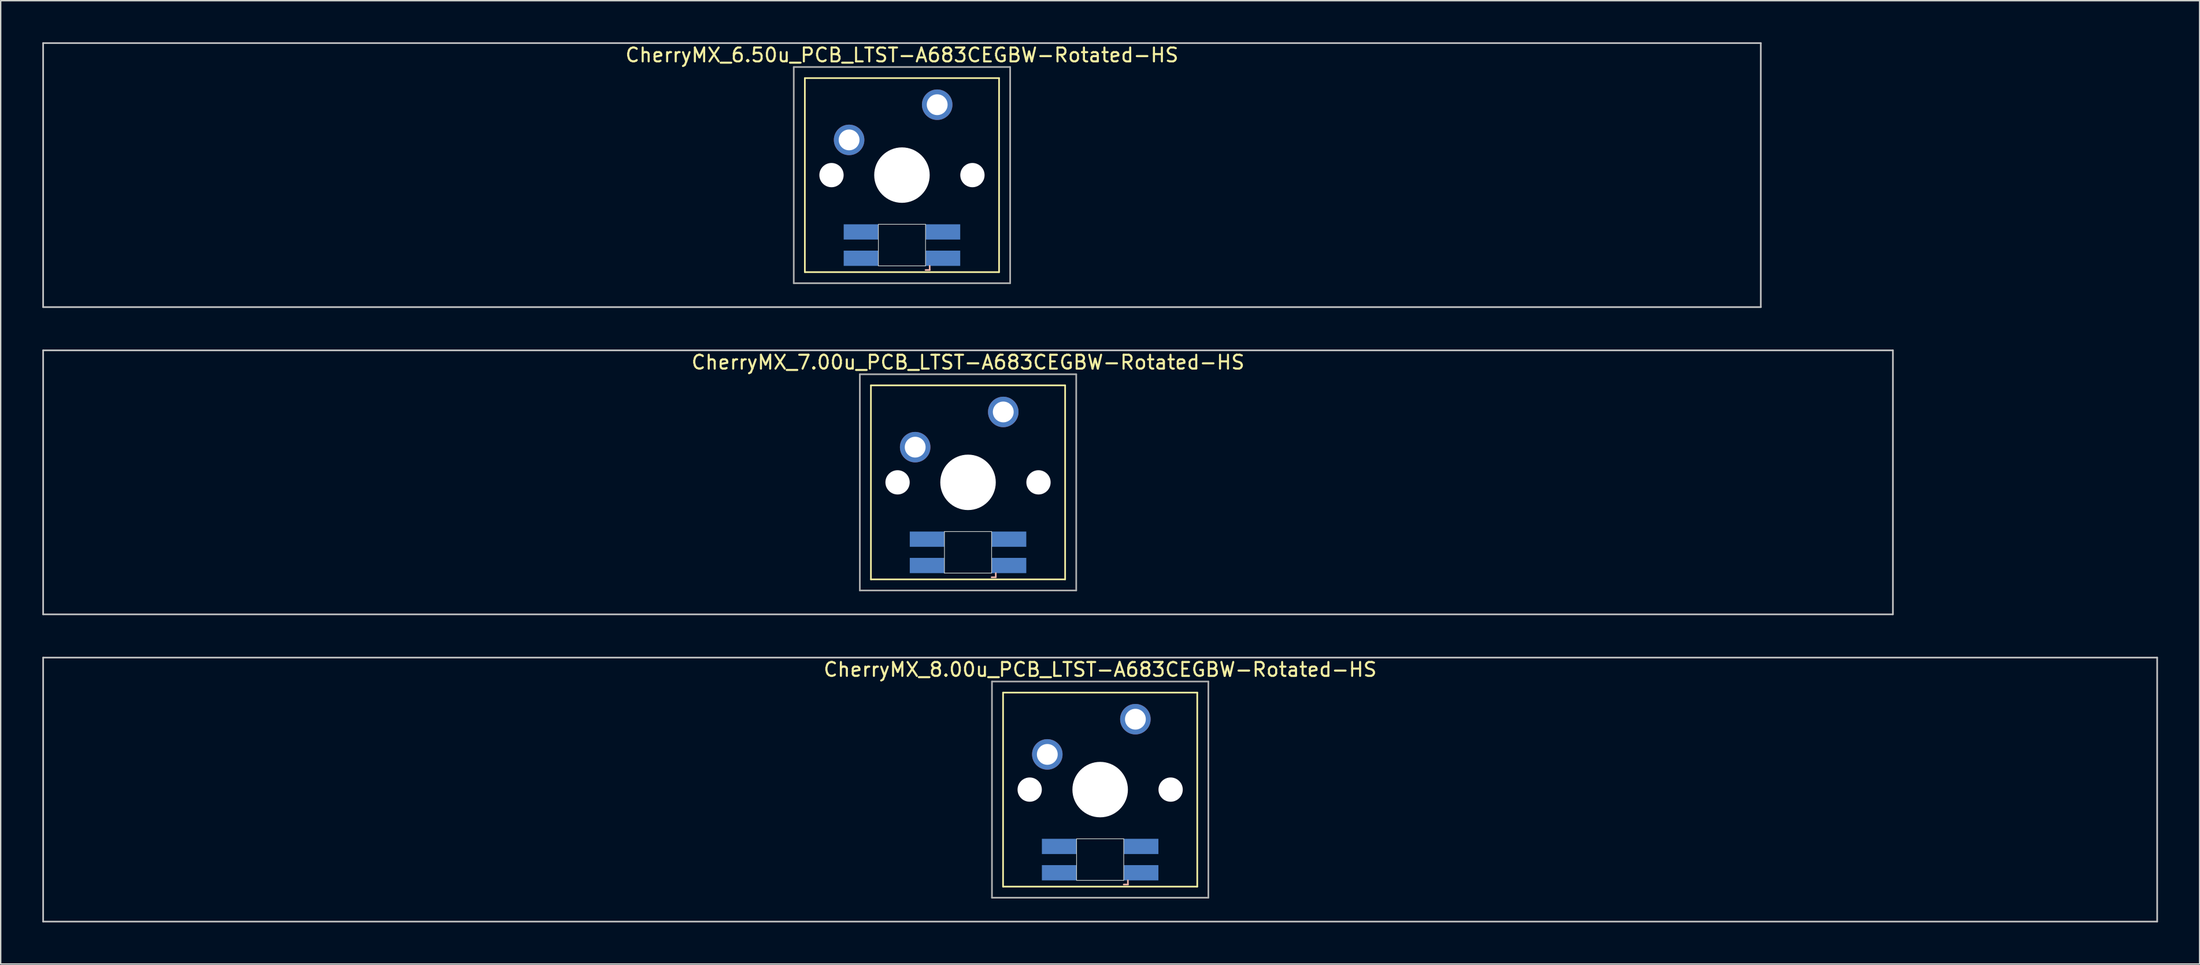
<source format=kicad_pcb>
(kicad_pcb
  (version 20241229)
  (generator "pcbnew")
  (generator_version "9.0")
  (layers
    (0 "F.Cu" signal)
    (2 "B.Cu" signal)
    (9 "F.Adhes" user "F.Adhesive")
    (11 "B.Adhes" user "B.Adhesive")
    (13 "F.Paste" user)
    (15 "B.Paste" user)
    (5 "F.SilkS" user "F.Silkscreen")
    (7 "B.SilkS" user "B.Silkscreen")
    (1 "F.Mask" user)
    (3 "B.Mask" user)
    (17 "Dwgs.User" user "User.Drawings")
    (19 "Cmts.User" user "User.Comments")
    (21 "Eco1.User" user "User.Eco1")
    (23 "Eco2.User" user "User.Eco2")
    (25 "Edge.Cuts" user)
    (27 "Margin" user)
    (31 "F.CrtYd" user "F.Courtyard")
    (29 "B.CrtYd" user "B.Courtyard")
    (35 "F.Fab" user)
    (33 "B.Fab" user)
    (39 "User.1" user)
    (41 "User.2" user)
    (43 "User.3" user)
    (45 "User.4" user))
  (footprint "CherryMX_8.00u_PCB_LTST-A683CEGBW-Rotated-HS"
    (layer "F.Cu")
    (at 76.26 53.925)
    (property "Reference" "CherryMX_8.00u_PCB_LTST-A683CEGBW-Rotated-HS" (at 0 -8.662 0) (layer "F.SilkS") (effects (font (size 1 1) (thickness 0.15))))
    (attr through_hole)
    (fp_line (start -7 -7) (end -7 7) (stroke (width 0.12) (type solid)) (layer "F.SilkS"))
    (fp_line (start -7 -7) (end 7 -7) (stroke (width 0.12) (type solid)) (layer "F.SilkS"))
    (fp_line (start 7 -7) (end 7 7) (stroke (width 0.12) (type solid)) (layer "F.SilkS"))
    (fp_line (start 7 7) (end -7 7) (stroke (width 0.12) (type solid)) (layer "F.SilkS"))
    (fp_line (start 1.7 6.85) (end 2 6.85) (stroke (width 0.12) (type solid)) (layer "B.SilkS"))
    (fp_line (start 2 6.85) (end 2 6.55) (stroke (width 0.12) (type solid)) (layer "B.SilkS"))
    (fp_line (start -76.2 -9.525) (end 76.2 -9.525) (stroke (width 0.12) (type solid)) (layer "Dwgs.User"))
    (fp_line (start -76.2 9.525) (end -76.2 -9.525) (stroke (width 0.12) (type solid)) (layer "Dwgs.User"))
    (fp_line (start 76.2 -9.525) (end 76.2 9.525) (stroke (width 0.12) (type solid)) (layer "Dwgs.User"))
    (fp_line (start 76.2 9.525) (end -76.2 9.525) (stroke (width 0.12) (type solid)) (layer "Dwgs.User"))
    (fp_line (start -1.7 3.55) (end 1.7 3.55) (stroke (width 0.05) (type solid)) (layer "Edge.Cuts"))
    (fp_line (start -1.7 6.55) (end -1.7 3.55) (stroke (width 0.05) (type solid)) (layer "Edge.Cuts"))
    (fp_line (start 1.7 3.55) (end 1.7 6.55) (stroke (width 0.05) (type solid)) (layer "Edge.Cuts"))
    (fp_line (start 1.7 6.55) (end -1.7 6.55) (stroke (width 0.05) (type solid)) (layer "Edge.Cuts"))
    (fp_line (start -7.8 -7.8) (end -7.8 7.8) (stroke (width 0.12) (type solid)) (layer "F.Fab"))
    (fp_line (start -7.8 -7.8) (end 7.8 -7.8) (stroke (width 0.12) (type solid)) (layer "F.Fab"))
    (fp_line (start -7.8 7.8) (end 7.8 7.8) (stroke (width 0.12) (type solid)) (layer "F.Fab"))
    (fp_line (start 7.8 -7.8) (end 7.8 7.8) (stroke (width 0.12) (type solid)) (layer "F.Fab"))
    (pad "" np_thru_hole circle (at -5.08 0) (size 1.75 1.75) (drill 1.75) (layers "*.Cu" "*.Mask"))
    (pad "" np_thru_hole circle (at 0 0) (size 4 4) (drill 4) (layers "*.Cu" "*.Mask"))
    (pad "" np_thru_hole circle (at 5.08 0) (size 1.75 1.75) (drill 1.75) (layers "*.Cu" "*.Mask"))
    (pad "1" thru_hole circle (at -3.81 -2.54) (size 2.2 2.2) (drill 1.5) (layers "*.Cu" "*.Mask"))
    (pad "2" thru_hole circle (at 2.54 -5.08) (size 2.2 2.2) (drill 1.5) (layers "*.Cu" "*.Mask"))
    (pad "3" smd rect (at 2.95 6) (size 2.5 1.1) (layers "B.Cu" "B.Mask" "B.Paste"))
    (pad "4" smd rect (at 2.95 4.1) (size 2.5 1.1) (layers "B.Cu" "B.Mask" "B.Paste"))
    (pad "5" smd rect (at -2.95 6) (size 2.5 1.1) (layers "B.Cu" "B.Mask" "B.Paste"))
    (pad "6" smd rect (at -2.95 4.1) (size 2.5 1.1) (layers "B.Cu" "B.Mask" "B.Paste")))
  (footprint "CherryMX_6.50u_PCB_LTST-A683CEGBW-Rotated-HS"
    (layer "F.Cu")
    (at 61.972 9.585)
    (property "Reference" "CherryMX_6.50u_PCB_LTST-A683CEGBW-Rotated-HS" (at 0 -8.662 0) (layer "F.SilkS") (effects (font (size 1 1) (thickness 0.15))))
    (attr through_hole)
    (fp_line (start -7 -7) (end -7 7) (stroke (width 0.12) (type solid)) (layer "F.SilkS"))
    (fp_line (start -7 -7) (end 7 -7) (stroke (width 0.12) (type solid)) (layer "F.SilkS"))
    (fp_line (start 7 -7) (end 7 7) (stroke (width 0.12) (type solid)) (layer "F.SilkS"))
    (fp_line (start 7 7) (end -7 7) (stroke (width 0.12) (type solid)) (layer "F.SilkS"))
    (fp_line (start 1.7 6.85) (end 2 6.85) (stroke (width 0.12) (type solid)) (layer "B.SilkS"))
    (fp_line (start 2 6.85) (end 2 6.55) (stroke (width 0.12) (type solid)) (layer "B.SilkS"))
    (fp_line (start -61.913 -9.525) (end 61.913 -9.525) (stroke (width 0.12) (type solid)) (layer "Dwgs.User"))
    (fp_line (start -61.913 9.525) (end -61.913 -9.525) (stroke (width 0.12) (type solid)) (layer "Dwgs.User"))
    (fp_line (start 61.913 -9.525) (end 61.913 9.525) (stroke (width 0.12) (type solid)) (layer "Dwgs.User"))
    (fp_line (start 61.913 9.525) (end -61.913 9.525) (stroke (width 0.12) (type solid)) (layer "Dwgs.User"))
    (fp_line (start -1.7 3.55) (end 1.7 3.55) (stroke (width 0.05) (type solid)) (layer "Edge.Cuts"))
    (fp_line (start -1.7 6.55) (end -1.7 3.55) (stroke (width 0.05) (type solid)) (layer "Edge.Cuts"))
    (fp_line (start 1.7 3.55) (end 1.7 6.55) (stroke (width 0.05) (type solid)) (layer "Edge.Cuts"))
    (fp_line (start 1.7 6.55) (end -1.7 6.55) (stroke (width 0.05) (type solid)) (layer "Edge.Cuts"))
    (fp_line (start -7.8 -7.8) (end -7.8 7.8) (stroke (width 0.12) (type solid)) (layer "F.Fab"))
    (fp_line (start -7.8 -7.8) (end 7.8 -7.8) (stroke (width 0.12) (type solid)) (layer "F.Fab"))
    (fp_line (start -7.8 7.8) (end 7.8 7.8) (stroke (width 0.12) (type solid)) (layer "F.Fab"))
    (fp_line (start 7.8 -7.8) (end 7.8 7.8) (stroke (width 0.12) (type solid)) (layer "F.Fab"))
    (pad "" np_thru_hole circle (at -5.08 0) (size 1.75 1.75) (drill 1.75) (layers "*.Cu" "*.Mask"))
    (pad "" np_thru_hole circle (at 0 0) (size 4 4) (drill 4) (layers "*.Cu" "*.Mask"))
    (pad "" np_thru_hole circle (at 5.08 0) (size 1.75 1.75) (drill 1.75) (layers "*.Cu" "*.Mask"))
    (pad "1" thru_hole circle (at -3.81 -2.54) (size 2.2 2.2) (drill 1.5) (layers "*.Cu" "*.Mask"))
    (pad "2" thru_hole circle (at 2.54 -5.08) (size 2.2 2.2) (drill 1.5) (layers "*.Cu" "*.Mask"))
    (pad "3" smd rect (at 2.95 6) (size 2.5 1.1) (layers "B.Cu" "B.Mask" "B.Paste"))
    (pad "4" smd rect (at 2.95 4.1) (size 2.5 1.1) (layers "B.Cu" "B.Mask" "B.Paste"))
    (pad "5" smd rect (at -2.95 6) (size 2.5 1.1) (layers "B.Cu" "B.Mask" "B.Paste"))
    (pad "6" smd rect (at -2.95 4.1) (size 2.5 1.1) (layers "B.Cu" "B.Mask" "B.Paste")))
  (footprint "CherryMX_7.00u_PCB_LTST-A683CEGBW-Rotated-HS"
    (layer "F.Cu")
    (at 66.735 31.755)
    (property "Reference" "CherryMX_7.00u_PCB_LTST-A683CEGBW-Rotated-HS" (at 0 -8.662 0) (layer "F.SilkS") (effects (font (size 1 1) (thickness 0.15))))
    (attr through_hole)
    (fp_line (start -7 -7) (end -7 7) (stroke (width 0.12) (type solid)) (layer "F.SilkS"))
    (fp_line (start -7 -7) (end 7 -7) (stroke (width 0.12) (type solid)) (layer "F.SilkS"))
    (fp_line (start 7 -7) (end 7 7) (stroke (width 0.12) (type solid)) (layer "F.SilkS"))
    (fp_line (start 7 7) (end -7 7) (stroke (width 0.12) (type solid)) (layer "F.SilkS"))
    (fp_line (start 1.7 6.85) (end 2 6.85) (stroke (width 0.12) (type solid)) (layer "B.SilkS"))
    (fp_line (start 2 6.85) (end 2 6.55) (stroke (width 0.12) (type solid)) (layer "B.SilkS"))
    (fp_line (start -66.675 -9.525) (end 66.675 -9.525) (stroke (width 0.12) (type solid)) (layer "Dwgs.User"))
    (fp_line (start -66.675 9.525) (end -66.675 -9.525) (stroke (width 0.12) (type solid)) (layer "Dwgs.User"))
    (fp_line (start 66.675 -9.525) (end 66.675 9.525) (stroke (width 0.12) (type solid)) (layer "Dwgs.User"))
    (fp_line (start 66.675 9.525) (end -66.675 9.525) (stroke (width 0.12) (type solid)) (layer "Dwgs.User"))
    (fp_line (start -1.7 3.55) (end 1.7 3.55) (stroke (width 0.05) (type solid)) (layer "Edge.Cuts"))
    (fp_line (start -1.7 6.55) (end -1.7 3.55) (stroke (width 0.05) (type solid)) (layer "Edge.Cuts"))
    (fp_line (start 1.7 3.55) (end 1.7 6.55) (stroke (width 0.05) (type solid)) (layer "Edge.Cuts"))
    (fp_line (start 1.7 6.55) (end -1.7 6.55) (stroke (width 0.05) (type solid)) (layer "Edge.Cuts"))
    (fp_line (start -7.8 -7.8) (end -7.8 7.8) (stroke (width 0.12) (type solid)) (layer "F.Fab"))
    (fp_line (start -7.8 -7.8) (end 7.8 -7.8) (stroke (width 0.12) (type solid)) (layer "F.Fab"))
    (fp_line (start -7.8 7.8) (end 7.8 7.8) (stroke (width 0.12) (type solid)) (layer "F.Fab"))
    (fp_line (start 7.8 -7.8) (end 7.8 7.8) (stroke (width 0.12) (type solid)) (layer "F.Fab"))
    (pad "" np_thru_hole circle (at -5.08 0) (size 1.75 1.75) (drill 1.75) (layers "*.Cu" "*.Mask"))
    (pad "" np_thru_hole circle (at 0 0) (size 4 4) (drill 4) (layers "*.Cu" "*.Mask"))
    (pad "" np_thru_hole circle (at 5.08 0) (size 1.75 1.75) (drill 1.75) (layers "*.Cu" "*.Mask"))
    (pad "1" thru_hole circle (at -3.81 -2.54) (size 2.2 2.2) (drill 1.5) (layers "*.Cu" "*.Mask"))
    (pad "2" thru_hole circle (at 2.54 -5.08) (size 2.2 2.2) (drill 1.5) (layers "*.Cu" "*.Mask"))
    (pad "3" smd rect (at 2.95 6) (size 2.5 1.1) (layers "B.Cu" "B.Mask" "B.Paste"))
    (pad "4" smd rect (at 2.95 4.1) (size 2.5 1.1) (layers "B.Cu" "B.Mask" "B.Paste"))
    (pad "5" smd rect (at -2.95 6) (size 2.5 1.1) (layers "B.Cu" "B.Mask" "B.Paste"))
    (pad "6" smd rect (at -2.95 4.1) (size 2.5 1.1) (layers "B.Cu" "B.Mask" "B.Paste")))
  (gr_rect
    (start -3 -3)
    (end 155.52 66.51)
    (stroke (width 0.1) (type default))
    (fill no)
    (layer "Edge.Cuts")))
</source>
